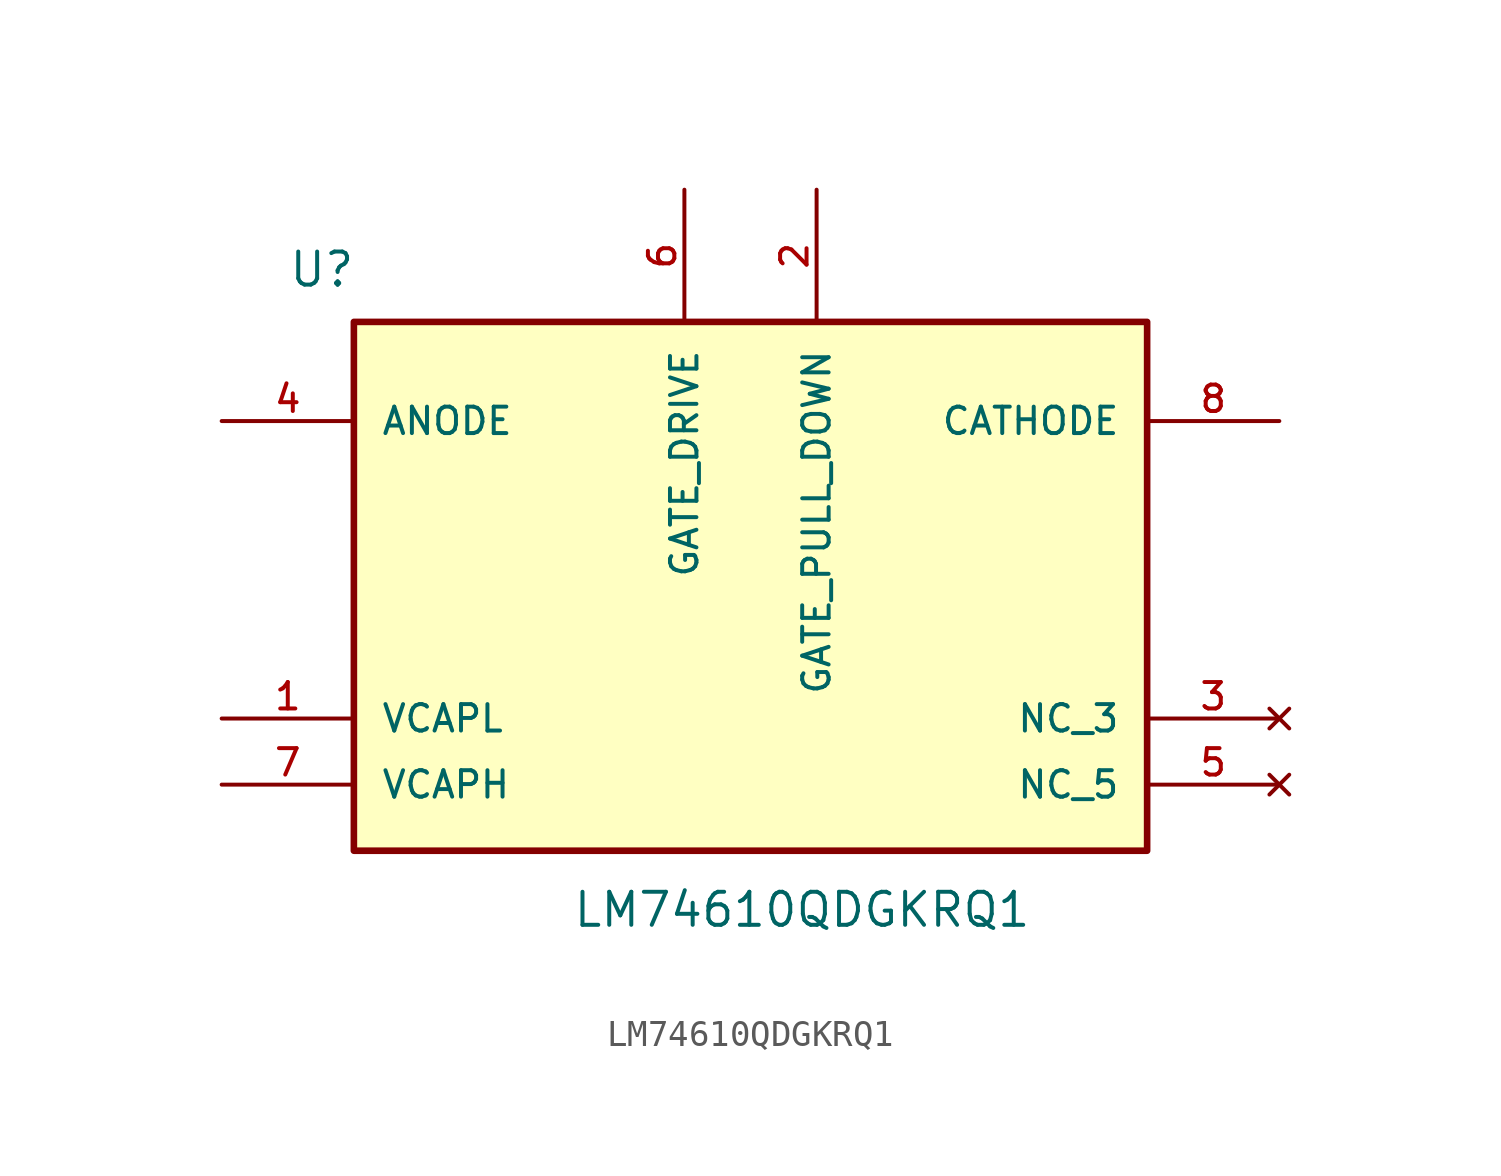
<source format=kicad_sym>
(kicad_symbol_lib
  (version 20241209)
  (generator "kicad_symbol_editor")
  (generator_version "9.0")
  (symbol "LM74610QDGKRQ1"
    (pin_names
      (offset 1.016))
    (property "Reference" "U"
      (at -22.86 13.97 0)
      (effects (font (size 1.27 1.27)) (justify left bottom)))
    (property "Value" "LM74610QDGKRQ1"
      (at -11.938 -9.144 0)
      (effects (font (size 1.27 1.27)) (justify left top)))
    (symbol "LM74610QDGKRQ1_0_0"
      (rectangle (start -20.32 12.7) (end 10.16 -7.62) (stroke (width 0.254) (type default)) (fill (type background)))
      (pin bidirectional line (at -25.4 8.89 0) (length 5.08) (name "ANODE" (effects (font (size 1.016 1.016)))) (number "4" (effects (font (size 1.016 1.016)))))
      (pin output line (at -25.4 -2.54 0) (length 5.08) (name "VCAPL" (effects (font (size 1.016 1.016)))) (number "1" (effects (font (size 1.016 1.016)))))
      (pin output line (at -25.4 -5.08 0) (length 5.08) (name "VCAPH" (effects (font (size 1.016 1.016)))) (number "7" (effects (font (size 1.016 1.016)))))
      (pin output line (at -7.62 17.78 270) (length 5.08) (name "GATE_DRIVE" (effects (font (size 1.016 1.016)))) (number "6" (effects (font (size 1.016 1.016)))))
      (pin bidirectional line (at -2.54 17.78 270) (length 5.08) (name "GATE_PULL_DOWN" (effects (font (size 1.016 1.016)))) (number "2" (effects (font (size 1.016 1.016)))))
      (pin bidirectional line (at 15.24 8.89 180) (length 5.08) (name "CATHODE" (effects (font (size 1.016 1.016)))) (number "8" (effects (font (size 1.016 1.016)))))
      (pin no_connect line (at 15.24 -2.54 180) (length 5.08) (name "NC_3" (effects (font (size 1.016 1.016)))) (number "3" (effects (font (size 1.016 1.016)))))
      (pin no_connect line (at 15.24 -5.08 180) (length 5.08) (name "NC_5" (effects (font (size 1.016 1.016)))) (number "5" (effects (font (size 1.016 1.016))))))))
</source>
